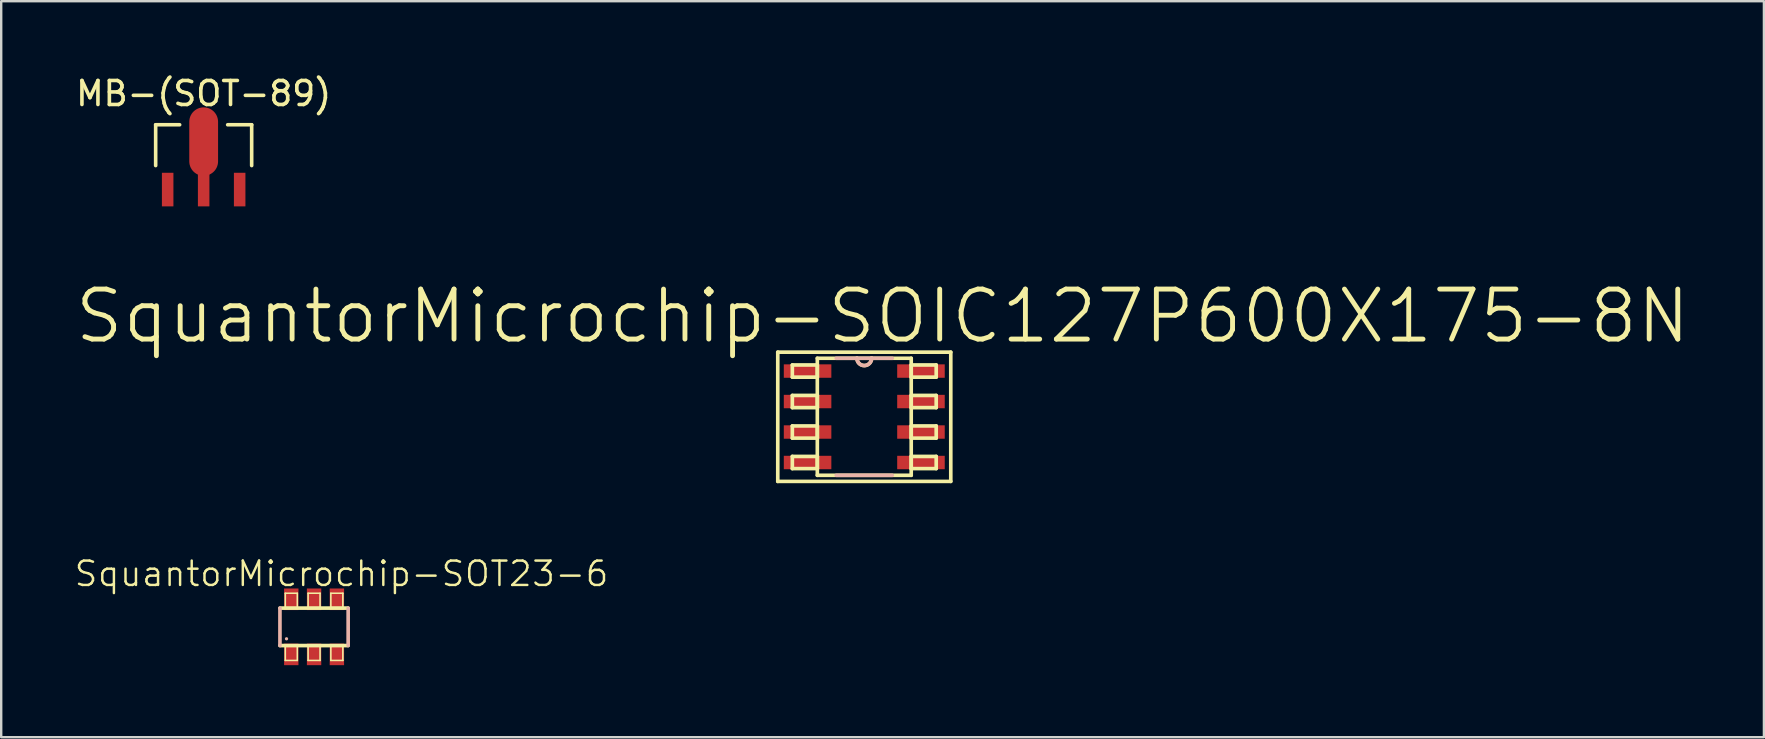
<source format=kicad_pcb>
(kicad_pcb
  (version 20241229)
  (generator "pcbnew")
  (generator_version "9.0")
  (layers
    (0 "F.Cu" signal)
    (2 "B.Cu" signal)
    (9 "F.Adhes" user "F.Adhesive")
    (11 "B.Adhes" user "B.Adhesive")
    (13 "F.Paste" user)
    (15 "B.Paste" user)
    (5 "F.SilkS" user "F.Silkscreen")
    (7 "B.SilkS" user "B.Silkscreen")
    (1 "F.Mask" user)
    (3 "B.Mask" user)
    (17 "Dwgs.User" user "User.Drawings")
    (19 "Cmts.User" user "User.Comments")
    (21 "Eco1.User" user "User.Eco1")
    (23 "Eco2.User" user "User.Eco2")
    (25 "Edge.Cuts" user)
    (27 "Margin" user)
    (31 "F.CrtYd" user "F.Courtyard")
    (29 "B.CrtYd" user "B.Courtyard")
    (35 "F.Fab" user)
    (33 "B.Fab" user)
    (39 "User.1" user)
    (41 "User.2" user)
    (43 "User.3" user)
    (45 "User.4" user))
  (footprint "SquantorMicrochip-SOT23-6"
    (layer "F.Cu")
    (at 10.035 23.065)
    (property "Reference" "SquantorMicrochip-SOT23-6" (at 1.143 -2.21 0) (layer "F.SilkS") (effects (font (size 1.016 1.016) (thickness 0.102))))
    (attr smd)
    (fp_line (start -1.422 -0.78) (end 1.42 -0.78) (stroke (width 0.152) (type solid)) (layer "F.SilkS"))
    (fp_line (start -1.199 -1.4) (end -0.699 -1.4) (stroke (width 0.066) (type solid)) (layer "F.SilkS"))
    (fp_line (start -1.199 -0.798) (end -1.199 -1.4) (stroke (width 0.066) (type solid)) (layer "F.SilkS"))
    (fp_line (start -1.199 -0.798) (end -0.699 -0.798) (stroke (width 0.066) (type solid)) (layer "F.SilkS"))
    (fp_line (start -1.199 0.798) (end -0.699 0.798) (stroke (width 0.066) (type solid)) (layer "F.SilkS"))
    (fp_line (start -1.199 1.4) (end -1.199 0.798) (stroke (width 0.066) (type solid)) (layer "F.SilkS"))
    (fp_line (start -1.199 1.4) (end -0.699 1.4) (stroke (width 0.066) (type solid)) (layer "F.SilkS"))
    (fp_line (start -0.699 -0.798) (end -0.699 -1.4) (stroke (width 0.066) (type solid)) (layer "F.SilkS"))
    (fp_line (start -0.699 1.4) (end -0.699 0.798) (stroke (width 0.066) (type solid)) (layer "F.SilkS"))
    (fp_line (start -0.249 -1.4) (end 0.249 -1.4) (stroke (width 0.066) (type solid)) (layer "F.SilkS"))
    (fp_line (start -0.249 -0.798) (end -0.249 -1.4) (stroke (width 0.066) (type solid)) (layer "F.SilkS"))
    (fp_line (start -0.249 -0.798) (end 0.249 -0.798) (stroke (width 0.066) (type solid)) (layer "F.SilkS"))
    (fp_line (start -0.249 0.798) (end 0.249 0.798) (stroke (width 0.066) (type solid)) (layer "F.SilkS"))
    (fp_line (start -0.249 1.4) (end -0.249 0.798) (stroke (width 0.066) (type solid)) (layer "F.SilkS"))
    (fp_line (start -0.249 1.4) (end 0.249 1.4) (stroke (width 0.066) (type solid)) (layer "F.SilkS"))
    (fp_line (start 0.249 -0.798) (end 0.249 -1.4) (stroke (width 0.066) (type solid)) (layer "F.SilkS"))
    (fp_line (start 0.249 1.4) (end 0.249 0.798) (stroke (width 0.066) (type solid)) (layer "F.SilkS"))
    (fp_line (start 0.699 -1.4) (end 1.199 -1.4) (stroke (width 0.066) (type solid)) (layer "F.SilkS"))
    (fp_line (start 0.699 -0.798) (end 0.699 -1.4) (stroke (width 0.066) (type solid)) (layer "F.SilkS"))
    (fp_line (start 0.699 -0.798) (end 1.199 -0.798) (stroke (width 0.066) (type solid)) (layer "F.SilkS"))
    (fp_line (start 0.699 0.798) (end 1.199 0.798) (stroke (width 0.066) (type solid)) (layer "F.SilkS"))
    (fp_line (start 0.699 1.4) (end 0.699 0.798) (stroke (width 0.066) (type solid)) (layer "F.SilkS"))
    (fp_line (start 0.699 1.4) (end 1.199 1.4) (stroke (width 0.066) (type solid)) (layer "F.SilkS"))
    (fp_line (start 1.199 -0.798) (end 1.199 -1.4) (stroke (width 0.066) (type solid)) (layer "F.SilkS"))
    (fp_line (start 1.199 1.4) (end 1.199 0.798) (stroke (width 0.066) (type solid)) (layer "F.SilkS"))
    (fp_line (start 1.42 0.78) (end -1.422 0.78) (stroke (width 0.152) (type solid)) (layer "F.SilkS"))
    (fp_line (start -1.422 0.78) (end -1.422 -0.78) (stroke (width 0.152) (type solid)) (layer "B.SilkS"))
    (fp_line (start 1.42 -0.78) (end 1.42 0.78) (stroke (width 0.152) (type solid)) (layer "B.SilkS"))
    (fp_circle (center -1.148 0.498) (end -1.196 0.546) (stroke (width 0) (type solid)) (fill yes) (layer "B.SilkS"))
    (pad "1" smd rect (at -0.95 1.148) (size 0.599 0.899) (layers "F.Cu" "F.Mask" "F.Paste"))
    (pad "2" smd rect (at 0 1.148) (size 0.599 0.899) (layers "F.Cu" "F.Mask" "F.Paste"))
    (pad "3" smd rect (at 0.95 1.148) (size 0.599 0.899) (layers "F.Cu" "F.Mask" "F.Paste"))
    (pad "4" smd rect (at 0.95 -1.148) (size 0.599 0.899) (layers "F.Cu" "F.Mask" "F.Paste"))
    (pad "5" smd rect (at 0 -1.148) (size 0.599 0.899) (layers "F.Cu" "F.Mask" "F.Paste"))
    (pad "6" smd rect (at -0.95 -1.148) (size 0.599 0.899) (layers "F.Cu" "F.Mask" "F.Paste")))
  (footprint "SquantorMicrochip-SOIC127P600X175-8N"
    (layer "F.Cu")
    (at 32.957 14.314)
    (property "Reference" "SquantorMicrochip-SOIC127P600X175-8N" (at 0.762 -4.191 0) (layer "F.SilkS") (effects (font (size 2.083 2.083) (thickness 0.203))))
    (attr smd)
    (fp_line (start -3.604 -2.692) (end 3.604 -2.692) (stroke (width 0.152) (type solid)) (layer "F.SilkS"))
    (fp_line (start -3.604 2.692) (end -3.604 -2.692) (stroke (width 0.152) (type solid)) (layer "F.SilkS"))
    (fp_line (start -2.997 -2.159) (end -2.997 -1.651) (stroke (width 0.152) (type solid)) (layer "F.SilkS"))
    (fp_line (start -2.997 -1.651) (end -1.956 -1.651) (stroke (width 0.152) (type solid)) (layer "F.SilkS"))
    (fp_line (start -2.997 -0.889) (end -2.997 -0.381) (stroke (width 0.152) (type solid)) (layer "F.SilkS"))
    (fp_line (start -2.997 -0.381) (end -1.956 -0.381) (stroke (width 0.152) (type solid)) (layer "F.SilkS"))
    (fp_line (start -2.997 0.381) (end -2.997 0.889) (stroke (width 0.152) (type solid)) (layer "F.SilkS"))
    (fp_line (start -2.997 0.889) (end -1.956 0.889) (stroke (width 0.152) (type solid)) (layer "F.SilkS"))
    (fp_line (start -2.997 1.651) (end -2.997 2.159) (stroke (width 0.152) (type solid)) (layer "F.SilkS"))
    (fp_line (start -2.997 2.159) (end -1.956 2.159) (stroke (width 0.152) (type solid)) (layer "F.SilkS"))
    (fp_line (start -1.956 -2.438) (end -1.956 2.438) (stroke (width 0.152) (type solid)) (layer "F.SilkS"))
    (fp_line (start -1.956 -2.159) (end -2.997 -2.159) (stroke (width 0.152) (type solid)) (layer "F.SilkS"))
    (fp_line (start -1.956 -1.651) (end -1.956 -2.159) (stroke (width 0.152) (type solid)) (layer "F.SilkS"))
    (fp_line (start -1.956 -0.889) (end -2.997 -0.889) (stroke (width 0.152) (type solid)) (layer "F.SilkS"))
    (fp_line (start -1.956 -0.381) (end -1.956 -0.889) (stroke (width 0.152) (type solid)) (layer "F.SilkS"))
    (fp_line (start -1.956 0.381) (end -2.997 0.381) (stroke (width 0.152) (type solid)) (layer "F.SilkS"))
    (fp_line (start -1.956 0.889) (end -1.956 0.381) (stroke (width 0.152) (type solid)) (layer "F.SilkS"))
    (fp_line (start -1.956 1.651) (end -2.997 1.651) (stroke (width 0.152) (type solid)) (layer "F.SilkS"))
    (fp_line (start -1.956 2.159) (end -1.956 1.651) (stroke (width 0.152) (type solid)) (layer "F.SilkS"))
    (fp_line (start -1.956 2.438) (end 1.956 2.438) (stroke (width 0.152) (type solid)) (layer "F.SilkS"))
    (fp_line (start -0.305 -2.438) (end -1.956 -2.438) (stroke (width 0.152) (type solid)) (layer "F.SilkS"))
    (fp_line (start 0.305 -2.438) (end -0.305 -2.438) (stroke (width 0.152) (type solid)) (layer "F.SilkS"))
    (fp_line (start 1.956 -2.438) (end 0.305 -2.438) (stroke (width 0.152) (type solid)) (layer "F.SilkS"))
    (fp_line (start 1.956 -2.159) (end 1.956 -1.651) (stroke (width 0.152) (type solid)) (layer "F.SilkS"))
    (fp_line (start 1.956 -1.651) (end 2.997 -1.651) (stroke (width 0.152) (type solid)) (layer "F.SilkS"))
    (fp_line (start 1.956 -0.889) (end 1.956 -0.381) (stroke (width 0.152) (type solid)) (layer "F.SilkS"))
    (fp_line (start 1.956 -0.381) (end 2.997 -0.381) (stroke (width 0.152) (type solid)) (layer "F.SilkS"))
    (fp_line (start 1.956 0.381) (end 1.956 0.889) (stroke (width 0.152) (type solid)) (layer "F.SilkS"))
    (fp_line (start 1.956 0.889) (end 2.997 0.889) (stroke (width 0.152) (type solid)) (layer "F.SilkS"))
    (fp_line (start 1.956 1.651) (end 1.956 2.159) (stroke (width 0.152) (type solid)) (layer "F.SilkS"))
    (fp_line (start 1.956 2.159) (end 2.997 2.159) (stroke (width 0.152) (type solid)) (layer "F.SilkS"))
    (fp_line (start 1.956 2.438) (end 1.956 -2.438) (stroke (width 0.152) (type solid)) (layer "F.SilkS"))
    (fp_line (start 2.997 -2.159) (end 1.956 -2.159) (stroke (width 0.152) (type solid)) (layer "F.SilkS"))
    (fp_line (start 2.997 -1.651) (end 2.997 -2.159) (stroke (width 0.152) (type solid)) (layer "F.SilkS"))
    (fp_line (start 2.997 -0.889) (end 1.956 -0.889) (stroke (width 0.152) (type solid)) (layer "F.SilkS"))
    (fp_line (start 2.997 -0.381) (end 2.997 -0.889) (stroke (width 0.152) (type solid)) (layer "F.SilkS"))
    (fp_line (start 2.997 0.381) (end 1.956 0.381) (stroke (width 0.152) (type solid)) (layer "F.SilkS"))
    (fp_line (start 2.997 0.889) (end 2.997 0.381) (stroke (width 0.152) (type solid)) (layer "F.SilkS"))
    (fp_line (start 2.997 1.651) (end 1.956 1.651) (stroke (width 0.152) (type solid)) (layer "F.SilkS"))
    (fp_line (start 2.997 2.159) (end 2.997 1.651) (stroke (width 0.152) (type solid)) (layer "F.SilkS"))
    (fp_line (start 3.604 -2.692) (end 3.604 2.692) (stroke (width 0.152) (type solid)) (layer "F.SilkS"))
    (fp_line (start 3.604 2.692) (end -3.604 2.692) (stroke (width 0.152) (type solid)) (layer "F.SilkS"))
    (fp_arc (start 0.3048 -2.4384) (mid 0 -2.1336) (end -0.3048 -2.4384) (stroke (width 0.1524) (type solid)) (layer "F.SilkS"))
    (fp_line (start -1.168 2.438) (end 1.168 2.438) (stroke (width 0.152) (type solid)) (layer "B.SilkS"))
    (fp_line (start -0.305 -2.438) (end -1.168 -2.438) (stroke (width 0.152) (type solid)) (layer "B.SilkS"))
    (fp_line (start 0.305 -2.438) (end -0.305 -2.438) (stroke (width 0.152) (type solid)) (layer "B.SilkS"))
    (fp_line (start 1.168 -2.438) (end 0.305 -2.438) (stroke (width 0.152) (type solid)) (layer "B.SilkS"))
    (fp_arc (start 0.3048 -2.4384) (mid 0 -2.1336) (end -0.3048 -2.4384) (stroke (width 0.1524) (type solid)) (layer "B.SilkS"))
    (pad "1" smd rect (at -2.362 -1.905) (size 1.981 0.559) (layers "F.Cu" "F.Mask" "F.Paste"))
    (pad "2" smd rect (at -2.362 -0.635) (size 1.981 0.559) (layers "F.Cu" "F.Mask" "F.Paste"))
    (pad "3" smd rect (at -2.362 0.635) (size 1.981 0.559) (layers "F.Cu" "F.Mask" "F.Paste"))
    (pad "4" smd rect (at -2.362 1.905) (size 1.981 0.559) (layers "F.Cu" "F.Mask" "F.Paste"))
    (pad "5" smd rect (at 2.362 1.905) (size 1.981 0.559) (layers "F.Cu" "F.Mask" "F.Paste"))
    (pad "6" smd rect (at 2.362 0.635) (size 1.981 0.559) (layers "F.Cu" "F.Mask" "F.Paste"))
    (pad "7" smd rect (at 2.362 -0.635) (size 1.981 0.559) (layers "F.Cu" "F.Mask" "F.Paste"))
    (pad "8" smd rect (at 2.362 -1.905) (size 1.981 0.559) (layers "F.Cu" "F.Mask" "F.Paste")))
  (footprint "MB-(SOT-89)"
    (layer "F.Cu")
    (at 5.435 4.848)
    (property "Reference" "MB-(SOT-89)" (at 0 -4 0) (layer "F.SilkS") (effects (font (size 1 1) (thickness 0.15))))
    (attr through_hole)
    (fp_line (start -2 -2.7) (end -1 -2.7) (stroke (width 0.15) (type solid)) (layer "F.SilkS"))
    (fp_line (start -2 -1) (end -2 -2.7) (stroke (width 0.15) (type solid)) (layer "F.SilkS"))
    (fp_line (start 1 -2.7) (end 2 -2.7) (stroke (width 0.15) (type solid)) (layer "F.SilkS"))
    (fp_line (start 2 -2.7) (end 2 -1) (stroke (width 0.15) (type solid)) (layer "F.SilkS"))
    (pad "1" smd rect (at -1.5 0) (size 0.48 1.4) (layers "F.Cu" "F.Mask" "F.Paste"))
    (pad "2" smd rect (at 0 0) (size 0.48 1.4) (layers "F.Cu" "F.Mask" "F.Paste"))
    (pad "3" smd rect (at 1.5 0) (size 0.48 1.4) (layers "F.Cu" "F.Mask" "F.Paste"))
    (pad "TAB" smd oval (at 0 -2) (size 1.2 2.85) (layers "F.Cu" "F.Mask" "F.Paste")))
  (gr_rect
    (start -3 -3)
    (end 70.438 27.663)
    (stroke (width 0.1) (type default))
    (fill no)
    (layer "Edge.Cuts")))
</source>
